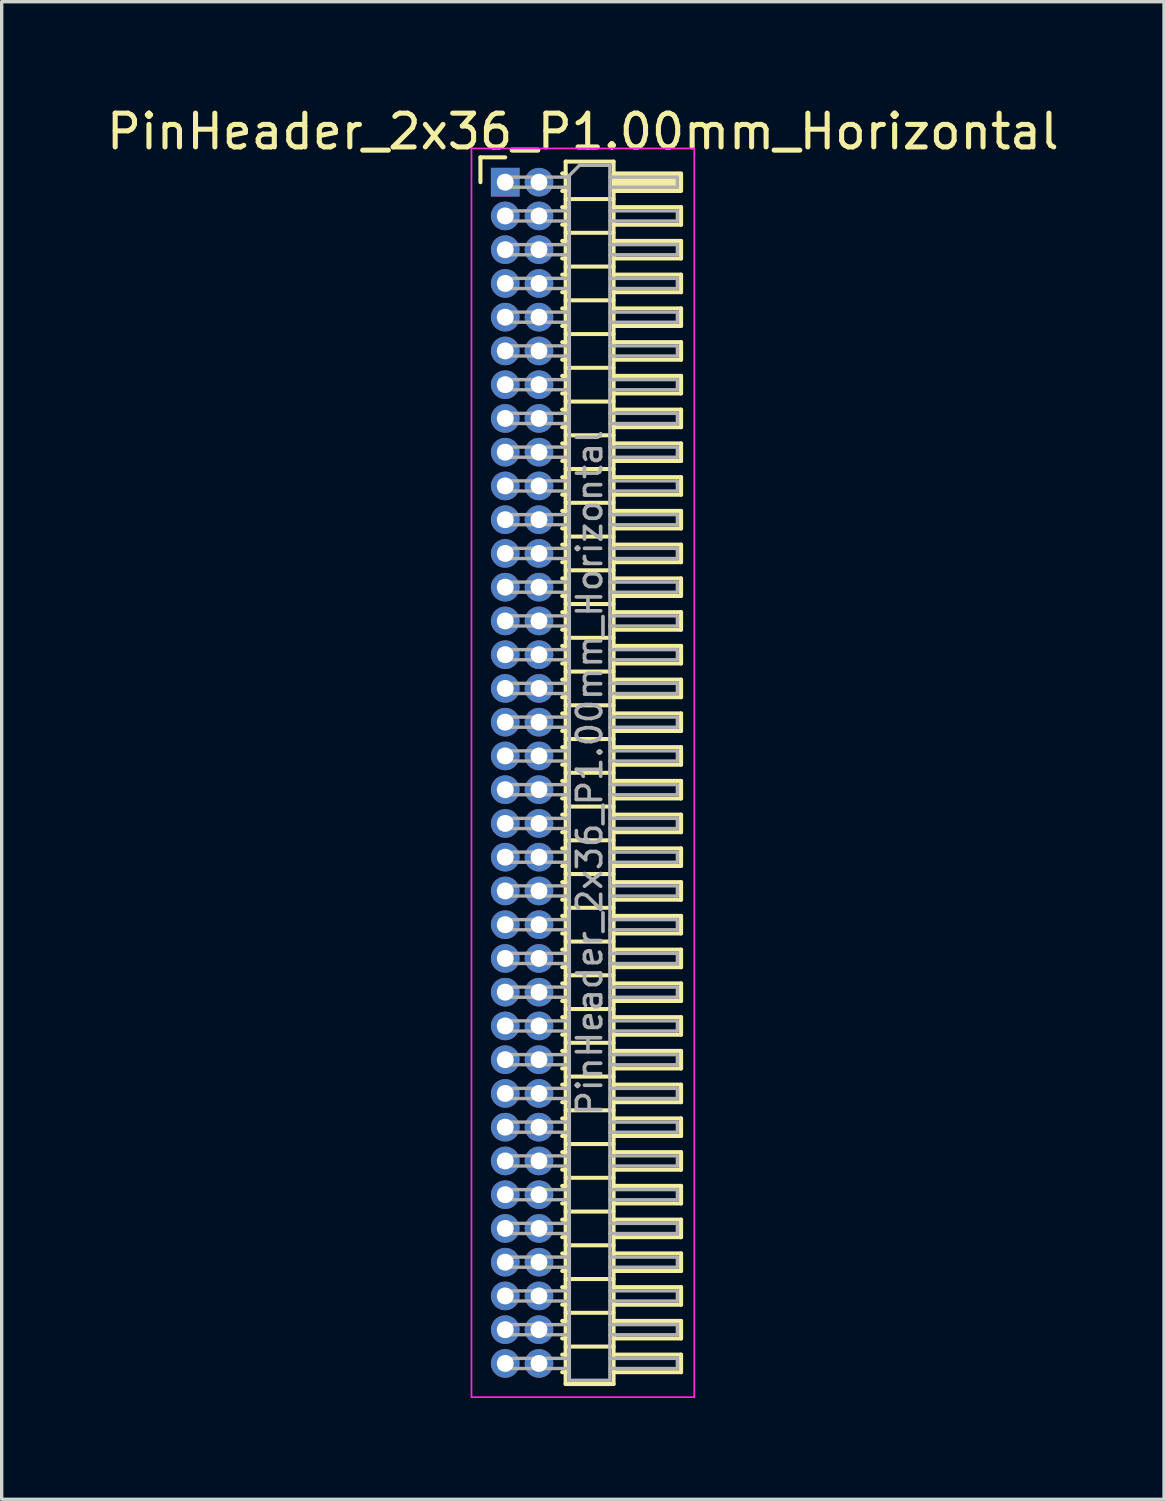
<source format=kicad_pcb>
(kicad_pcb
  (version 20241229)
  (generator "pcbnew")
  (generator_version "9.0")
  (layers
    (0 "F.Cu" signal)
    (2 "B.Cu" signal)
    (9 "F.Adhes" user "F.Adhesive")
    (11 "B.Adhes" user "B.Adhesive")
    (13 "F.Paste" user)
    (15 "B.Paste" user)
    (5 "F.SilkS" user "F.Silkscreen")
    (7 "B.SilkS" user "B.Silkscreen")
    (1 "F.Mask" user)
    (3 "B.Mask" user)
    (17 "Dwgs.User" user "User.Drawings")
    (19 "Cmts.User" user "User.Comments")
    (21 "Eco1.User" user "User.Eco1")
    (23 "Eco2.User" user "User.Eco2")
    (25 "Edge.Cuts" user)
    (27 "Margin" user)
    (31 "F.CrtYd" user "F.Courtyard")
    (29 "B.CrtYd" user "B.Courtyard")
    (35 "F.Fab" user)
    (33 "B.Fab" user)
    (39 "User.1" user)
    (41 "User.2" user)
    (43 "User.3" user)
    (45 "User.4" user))
  (footprint "PinHeader_2x36_P1.00mm_Horizontal"
    (layer "F.Cu")
    (at 11.92 2.348)
    (property "Reference" "PinHeader_2x36_P1.00mm_Horizontal" (at 2.3 -1.5 0) (layer "F.SilkS") (effects (font (size 1 1) (thickness 0.15))))
    (attr through_hole)
    (fp_line (start -0.735 -0.735) (end 0 -0.735) (stroke (width 0.12) (type solid)) (layer "F.SilkS"))
    (fp_line (start -0.735 0) (end -0.735 -0.735) (stroke (width 0.12) (type solid)) (layer "F.SilkS"))
    (fp_line (start 1.687 -0.26) (end 1.79 -0.26) (stroke (width 0.12) (type solid)) (layer "F.SilkS"))
    (fp_line (start 1.687 0.26) (end 1.79 0.26) (stroke (width 0.12) (type solid)) (layer "F.SilkS"))
    (fp_line (start 1.687 0.74) (end 1.79 0.74) (stroke (width 0.12) (type solid)) (layer "F.SilkS"))
    (fp_line (start 1.687 1.26) (end 1.79 1.26) (stroke (width 0.12) (type solid)) (layer "F.SilkS"))
    (fp_line (start 1.687 1.74) (end 1.79 1.74) (stroke (width 0.12) (type solid)) (layer "F.SilkS"))
    (fp_line (start 1.687 2.26) (end 1.79 2.26) (stroke (width 0.12) (type solid)) (layer "F.SilkS"))
    (fp_line (start 1.687 2.74) (end 1.79 2.74) (stroke (width 0.12) (type solid)) (layer "F.SilkS"))
    (fp_line (start 1.687 3.26) (end 1.79 3.26) (stroke (width 0.12) (type solid)) (layer "F.SilkS"))
    (fp_line (start 1.687 3.74) (end 1.79 3.74) (stroke (width 0.12) (type solid)) (layer "F.SilkS"))
    (fp_line (start 1.687 4.26) (end 1.79 4.26) (stroke (width 0.12) (type solid)) (layer "F.SilkS"))
    (fp_line (start 1.687 4.74) (end 1.79 4.74) (stroke (width 0.12) (type solid)) (layer "F.SilkS"))
    (fp_line (start 1.687 5.26) (end 1.79 5.26) (stroke (width 0.12) (type solid)) (layer "F.SilkS"))
    (fp_line (start 1.687 5.74) (end 1.79 5.74) (stroke (width 0.12) (type solid)) (layer "F.SilkS"))
    (fp_line (start 1.687 6.26) (end 1.79 6.26) (stroke (width 0.12) (type solid)) (layer "F.SilkS"))
    (fp_line (start 1.687 6.74) (end 1.79 6.74) (stroke (width 0.12) (type solid)) (layer "F.SilkS"))
    (fp_line (start 1.687 7.26) (end 1.79 7.26) (stroke (width 0.12) (type solid)) (layer "F.SilkS"))
    (fp_line (start 1.687 7.74) (end 1.79 7.74) (stroke (width 0.12) (type solid)) (layer "F.SilkS"))
    (fp_line (start 1.687 8.26) (end 1.79 8.26) (stroke (width 0.12) (type solid)) (layer "F.SilkS"))
    (fp_line (start 1.687 8.74) (end 1.79 8.74) (stroke (width 0.12) (type solid)) (layer "F.SilkS"))
    (fp_line (start 1.687 9.26) (end 1.79 9.26) (stroke (width 0.12) (type solid)) (layer "F.SilkS"))
    (fp_line (start 1.687 9.74) (end 1.79 9.74) (stroke (width 0.12) (type solid)) (layer "F.SilkS"))
    (fp_line (start 1.687 10.26) (end 1.79 10.26) (stroke (width 0.12) (type solid)) (layer "F.SilkS"))
    (fp_line (start 1.687 10.74) (end 1.79 10.74) (stroke (width 0.12) (type solid)) (layer "F.SilkS"))
    (fp_line (start 1.687 11.26) (end 1.79 11.26) (stroke (width 0.12) (type solid)) (layer "F.SilkS"))
    (fp_line (start 1.687 11.74) (end 1.79 11.74) (stroke (width 0.12) (type solid)) (layer "F.SilkS"))
    (fp_line (start 1.687 12.26) (end 1.79 12.26) (stroke (width 0.12) (type solid)) (layer "F.SilkS"))
    (fp_line (start 1.687 12.74) (end 1.79 12.74) (stroke (width 0.12) (type solid)) (layer "F.SilkS"))
    (fp_line (start 1.687 13.26) (end 1.79 13.26) (stroke (width 0.12) (type solid)) (layer "F.SilkS"))
    (fp_line (start 1.687 13.74) (end 1.79 13.74) (stroke (width 0.12) (type solid)) (layer "F.SilkS"))
    (fp_line (start 1.687 14.26) (end 1.79 14.26) (stroke (width 0.12) (type solid)) (layer "F.SilkS"))
    (fp_line (start 1.687 14.74) (end 1.79 14.74) (stroke (width 0.12) (type solid)) (layer "F.SilkS"))
    (fp_line (start 1.687 15.26) (end 1.79 15.26) (stroke (width 0.12) (type solid)) (layer "F.SilkS"))
    (fp_line (start 1.687 15.74) (end 1.79 15.74) (stroke (width 0.12) (type solid)) (layer "F.SilkS"))
    (fp_line (start 1.687 16.26) (end 1.79 16.26) (stroke (width 0.12) (type solid)) (layer "F.SilkS"))
    (fp_line (start 1.687 16.74) (end 1.79 16.74) (stroke (width 0.12) (type solid)) (layer "F.SilkS"))
    (fp_line (start 1.687 17.26) (end 1.79 17.26) (stroke (width 0.12) (type solid)) (layer "F.SilkS"))
    (fp_line (start 1.687 17.74) (end 1.79 17.74) (stroke (width 0.12) (type solid)) (layer "F.SilkS"))
    (fp_line (start 1.687 18.26) (end 1.79 18.26) (stroke (width 0.12) (type solid)) (layer "F.SilkS"))
    (fp_line (start 1.687 18.74) (end 1.79 18.74) (stroke (width 0.12) (type solid)) (layer "F.SilkS"))
    (fp_line (start 1.687 19.26) (end 1.79 19.26) (stroke (width 0.12) (type solid)) (layer "F.SilkS"))
    (fp_line (start 1.687 19.74) (end 1.79 19.74) (stroke (width 0.12) (type solid)) (layer "F.SilkS"))
    (fp_line (start 1.687 20.26) (end 1.79 20.26) (stroke (width 0.12) (type solid)) (layer "F.SilkS"))
    (fp_line (start 1.687 20.74) (end 1.79 20.74) (stroke (width 0.12) (type solid)) (layer "F.SilkS"))
    (fp_line (start 1.687 21.26) (end 1.79 21.26) (stroke (width 0.12) (type solid)) (layer "F.SilkS"))
    (fp_line (start 1.687 21.74) (end 1.79 21.74) (stroke (width 0.12) (type solid)) (layer "F.SilkS"))
    (fp_line (start 1.687 22.26) (end 1.79 22.26) (stroke (width 0.12) (type solid)) (layer "F.SilkS"))
    (fp_line (start 1.687 22.74) (end 1.79 22.74) (stroke (width 0.12) (type solid)) (layer "F.SilkS"))
    (fp_line (start 1.687 23.26) (end 1.79 23.26) (stroke (width 0.12) (type solid)) (layer "F.SilkS"))
    (fp_line (start 1.687 23.74) (end 1.79 23.74) (stroke (width 0.12) (type solid)) (layer "F.SilkS"))
    (fp_line (start 1.687 24.26) (end 1.79 24.26) (stroke (width 0.12) (type solid)) (layer "F.SilkS"))
    (fp_line (start 1.687 24.74) (end 1.79 24.74) (stroke (width 0.12) (type solid)) (layer "F.SilkS"))
    (fp_line (start 1.687 25.26) (end 1.79 25.26) (stroke (width 0.12) (type solid)) (layer "F.SilkS"))
    (fp_line (start 1.687 25.74) (end 1.79 25.74) (stroke (width 0.12) (type solid)) (layer "F.SilkS"))
    (fp_line (start 1.687 26.26) (end 1.79 26.26) (stroke (width 0.12) (type solid)) (layer "F.SilkS"))
    (fp_line (start 1.687 26.74) (end 1.79 26.74) (stroke (width 0.12) (type solid)) (layer "F.SilkS"))
    (fp_line (start 1.687 27.26) (end 1.79 27.26) (stroke (width 0.12) (type solid)) (layer "F.SilkS"))
    (fp_line (start 1.687 27.74) (end 1.79 27.74) (stroke (width 0.12) (type solid)) (layer "F.SilkS"))
    (fp_line (start 1.687 28.26) (end 1.79 28.26) (stroke (width 0.12) (type solid)) (layer "F.SilkS"))
    (fp_line (start 1.687 28.74) (end 1.79 28.74) (stroke (width 0.12) (type solid)) (layer "F.SilkS"))
    (fp_line (start 1.687 29.26) (end 1.79 29.26) (stroke (width 0.12) (type solid)) (layer "F.SilkS"))
    (fp_line (start 1.687 29.74) (end 1.79 29.74) (stroke (width 0.12) (type solid)) (layer "F.SilkS"))
    (fp_line (start 1.687 30.26) (end 1.79 30.26) (stroke (width 0.12) (type solid)) (layer "F.SilkS"))
    (fp_line (start 1.687 30.74) (end 1.79 30.74) (stroke (width 0.12) (type solid)) (layer "F.SilkS"))
    (fp_line (start 1.687 31.26) (end 1.79 31.26) (stroke (width 0.12) (type solid)) (layer "F.SilkS"))
    (fp_line (start 1.687 31.74) (end 1.79 31.74) (stroke (width 0.12) (type solid)) (layer "F.SilkS"))
    (fp_line (start 1.687 32.26) (end 1.79 32.26) (stroke (width 0.12) (type solid)) (layer "F.SilkS"))
    (fp_line (start 1.687 32.74) (end 1.79 32.74) (stroke (width 0.12) (type solid)) (layer "F.SilkS"))
    (fp_line (start 1.687 33.26) (end 1.79 33.26) (stroke (width 0.12) (type solid)) (layer "F.SilkS"))
    (fp_line (start 1.687 33.74) (end 1.79 33.74) (stroke (width 0.12) (type solid)) (layer "F.SilkS"))
    (fp_line (start 1.687 34.26) (end 1.79 34.26) (stroke (width 0.12) (type solid)) (layer "F.SilkS"))
    (fp_line (start 1.687 34.74) (end 1.79 34.74) (stroke (width 0.12) (type solid)) (layer "F.SilkS"))
    (fp_line (start 1.687 35.26) (end 1.79 35.26) (stroke (width 0.12) (type solid)) (layer "F.SilkS"))
    (fp_line (start 1.79 -0.61) (end 1.79 35.61) (stroke (width 0.12) (type solid)) (layer "F.SilkS"))
    (fp_line (start 1.79 0.5) (end 3.21 0.5) (stroke (width 0.12) (type solid)) (layer "F.SilkS"))
    (fp_line (start 1.79 1.5) (end 3.21 1.5) (stroke (width 0.12) (type solid)) (layer "F.SilkS"))
    (fp_line (start 1.79 2.5) (end 3.21 2.5) (stroke (width 0.12) (type solid)) (layer "F.SilkS"))
    (fp_line (start 1.79 3.5) (end 3.21 3.5) (stroke (width 0.12) (type solid)) (layer "F.SilkS"))
    (fp_line (start 1.79 4.5) (end 3.21 4.5) (stroke (width 0.12) (type solid)) (layer "F.SilkS"))
    (fp_line (start 1.79 5.5) (end 3.21 5.5) (stroke (width 0.12) (type solid)) (layer "F.SilkS"))
    (fp_line (start 1.79 6.5) (end 3.21 6.5) (stroke (width 0.12) (type solid)) (layer "F.SilkS"))
    (fp_line (start 1.79 7.5) (end 3.21 7.5) (stroke (width 0.12) (type solid)) (layer "F.SilkS"))
    (fp_line (start 1.79 8.5) (end 3.21 8.5) (stroke (width 0.12) (type solid)) (layer "F.SilkS"))
    (fp_line (start 1.79 9.5) (end 3.21 9.5) (stroke (width 0.12) (type solid)) (layer "F.SilkS"))
    (fp_line (start 1.79 10.5) (end 3.21 10.5) (stroke (width 0.12) (type solid)) (layer "F.SilkS"))
    (fp_line (start 1.79 11.5) (end 3.21 11.5) (stroke (width 0.12) (type solid)) (layer "F.SilkS"))
    (fp_line (start 1.79 12.5) (end 3.21 12.5) (stroke (width 0.12) (type solid)) (layer "F.SilkS"))
    (fp_line (start 1.79 13.5) (end 3.21 13.5) (stroke (width 0.12) (type solid)) (layer "F.SilkS"))
    (fp_line (start 1.79 14.5) (end 3.21 14.5) (stroke (width 0.12) (type solid)) (layer "F.SilkS"))
    (fp_line (start 1.79 15.5) (end 3.21 15.5) (stroke (width 0.12) (type solid)) (layer "F.SilkS"))
    (fp_line (start 1.79 16.5) (end 3.21 16.5) (stroke (width 0.12) (type solid)) (layer "F.SilkS"))
    (fp_line (start 1.79 17.5) (end 3.21 17.5) (stroke (width 0.12) (type solid)) (layer "F.SilkS"))
    (fp_line (start 1.79 18.5) (end 3.21 18.5) (stroke (width 0.12) (type solid)) (layer "F.SilkS"))
    (fp_line (start 1.79 19.5) (end 3.21 19.5) (stroke (width 0.12) (type solid)) (layer "F.SilkS"))
    (fp_line (start 1.79 20.5) (end 3.21 20.5) (stroke (width 0.12) (type solid)) (layer "F.SilkS"))
    (fp_line (start 1.79 21.5) (end 3.21 21.5) (stroke (width 0.12) (type solid)) (layer "F.SilkS"))
    (fp_line (start 1.79 22.5) (end 3.21 22.5) (stroke (width 0.12) (type solid)) (layer "F.SilkS"))
    (fp_line (start 1.79 23.5) (end 3.21 23.5) (stroke (width 0.12) (type solid)) (layer "F.SilkS"))
    (fp_line (start 1.79 24.5) (end 3.21 24.5) (stroke (width 0.12) (type solid)) (layer "F.SilkS"))
    (fp_line (start 1.79 25.5) (end 3.21 25.5) (stroke (width 0.12) (type solid)) (layer "F.SilkS"))
    (fp_line (start 1.79 26.5) (end 3.21 26.5) (stroke (width 0.12) (type solid)) (layer "F.SilkS"))
    (fp_line (start 1.79 27.5) (end 3.21 27.5) (stroke (width 0.12) (type solid)) (layer "F.SilkS"))
    (fp_line (start 1.79 28.5) (end 3.21 28.5) (stroke (width 0.12) (type solid)) (layer "F.SilkS"))
    (fp_line (start 1.79 29.5) (end 3.21 29.5) (stroke (width 0.12) (type solid)) (layer "F.SilkS"))
    (fp_line (start 1.79 30.5) (end 3.21 30.5) (stroke (width 0.12) (type solid)) (layer "F.SilkS"))
    (fp_line (start 1.79 31.5) (end 3.21 31.5) (stroke (width 0.12) (type solid)) (layer "F.SilkS"))
    (fp_line (start 1.79 32.5) (end 3.21 32.5) (stroke (width 0.12) (type solid)) (layer "F.SilkS"))
    (fp_line (start 1.79 33.5) (end 3.21 33.5) (stroke (width 0.12) (type solid)) (layer "F.SilkS"))
    (fp_line (start 1.79 34.5) (end 3.21 34.5) (stroke (width 0.12) (type solid)) (layer "F.SilkS"))
    (fp_line (start 1.79 35.61) (end 3.21 35.61) (stroke (width 0.12) (type solid)) (layer "F.SilkS"))
    (fp_line (start 3.21 -0.61) (end 1.79 -0.61) (stroke (width 0.12) (type solid)) (layer "F.SilkS"))
    (fp_line (start 3.21 0.74) (end 5.21 0.74) (stroke (width 0.12) (type solid)) (layer "F.SilkS"))
    (fp_line (start 3.21 1.74) (end 5.21 1.74) (stroke (width 0.12) (type solid)) (layer "F.SilkS"))
    (fp_line (start 3.21 2.74) (end 5.21 2.74) (stroke (width 0.12) (type solid)) (layer "F.SilkS"))
    (fp_line (start 3.21 3.74) (end 5.21 3.74) (stroke (width 0.12) (type solid)) (layer "F.SilkS"))
    (fp_line (start 3.21 4.74) (end 5.21 4.74) (stroke (width 0.12) (type solid)) (layer "F.SilkS"))
    (fp_line (start 3.21 5.74) (end 5.21 5.74) (stroke (width 0.12) (type solid)) (layer "F.SilkS"))
    (fp_line (start 3.21 6.74) (end 5.21 6.74) (stroke (width 0.12) (type solid)) (layer "F.SilkS"))
    (fp_line (start 3.21 7.74) (end 5.21 7.74) (stroke (width 0.12) (type solid)) (layer "F.SilkS"))
    (fp_line (start 3.21 8.74) (end 5.21 8.74) (stroke (width 0.12) (type solid)) (layer "F.SilkS"))
    (fp_line (start 3.21 9.74) (end 5.21 9.74) (stroke (width 0.12) (type solid)) (layer "F.SilkS"))
    (fp_line (start 3.21 10.74) (end 5.21 10.74) (stroke (width 0.12) (type solid)) (layer "F.SilkS"))
    (fp_line (start 3.21 11.74) (end 5.21 11.74) (stroke (width 0.12) (type solid)) (layer "F.SilkS"))
    (fp_line (start 3.21 12.74) (end 5.21 12.74) (stroke (width 0.12) (type solid)) (layer "F.SilkS"))
    (fp_line (start 3.21 13.74) (end 5.21 13.74) (stroke (width 0.12) (type solid)) (layer "F.SilkS"))
    (fp_line (start 3.21 14.74) (end 5.21 14.74) (stroke (width 0.12) (type solid)) (layer "F.SilkS"))
    (fp_line (start 3.21 15.74) (end 5.21 15.74) (stroke (width 0.12) (type solid)) (layer "F.SilkS"))
    (fp_line (start 3.21 16.74) (end 5.21 16.74) (stroke (width 0.12) (type solid)) (layer "F.SilkS"))
    (fp_line (start 3.21 17.74) (end 5.21 17.74) (stroke (width 0.12) (type solid)) (layer "F.SilkS"))
    (fp_line (start 3.21 18.74) (end 5.21 18.74) (stroke (width 0.12) (type solid)) (layer "F.SilkS"))
    (fp_line (start 3.21 19.74) (end 5.21 19.74) (stroke (width 0.12) (type solid)) (layer "F.SilkS"))
    (fp_line (start 3.21 20.74) (end 5.21 20.74) (stroke (width 0.12) (type solid)) (layer "F.SilkS"))
    (fp_line (start 3.21 21.74) (end 5.21 21.74) (stroke (width 0.12) (type solid)) (layer "F.SilkS"))
    (fp_line (start 3.21 22.74) (end 5.21 22.74) (stroke (width 0.12) (type solid)) (layer "F.SilkS"))
    (fp_line (start 3.21 23.74) (end 5.21 23.74) (stroke (width 0.12) (type solid)) (layer "F.SilkS"))
    (fp_line (start 3.21 24.74) (end 5.21 24.74) (stroke (width 0.12) (type solid)) (layer "F.SilkS"))
    (fp_line (start 3.21 25.74) (end 5.21 25.74) (stroke (width 0.12) (type solid)) (layer "F.SilkS"))
    (fp_line (start 3.21 26.74) (end 5.21 26.74) (stroke (width 0.12) (type solid)) (layer "F.SilkS"))
    (fp_line (start 3.21 27.74) (end 5.21 27.74) (stroke (width 0.12) (type solid)) (layer "F.SilkS"))
    (fp_line (start 3.21 28.74) (end 5.21 28.74) (stroke (width 0.12) (type solid)) (layer "F.SilkS"))
    (fp_line (start 3.21 29.74) (end 5.21 29.74) (stroke (width 0.12) (type solid)) (layer "F.SilkS"))
    (fp_line (start 3.21 30.74) (end 5.21 30.74) (stroke (width 0.12) (type solid)) (layer "F.SilkS"))
    (fp_line (start 3.21 31.74) (end 5.21 31.74) (stroke (width 0.12) (type solid)) (layer "F.SilkS"))
    (fp_line (start 3.21 32.74) (end 5.21 32.74) (stroke (width 0.12) (type solid)) (layer "F.SilkS"))
    (fp_line (start 3.21 33.74) (end 5.21 33.74) (stroke (width 0.12) (type solid)) (layer "F.SilkS"))
    (fp_line (start 3.21 34.74) (end 5.21 34.74) (stroke (width 0.12) (type solid)) (layer "F.SilkS"))
    (fp_line (start 3.21 35.61) (end 3.21 -0.61) (stroke (width 0.12) (type solid)) (layer "F.SilkS"))
    (fp_line (start 5.21 0.74) (end 5.21 1.26) (stroke (width 0.12) (type solid)) (layer "F.SilkS"))
    (fp_line (start 5.21 1.26) (end 3.21 1.26) (stroke (width 0.12) (type solid)) (layer "F.SilkS"))
    (fp_line (start 5.21 1.74) (end 5.21 2.26) (stroke (width 0.12) (type solid)) (layer "F.SilkS"))
    (fp_line (start 5.21 2.26) (end 3.21 2.26) (stroke (width 0.12) (type solid)) (layer "F.SilkS"))
    (fp_line (start 5.21 2.74) (end 5.21 3.26) (stroke (width 0.12) (type solid)) (layer "F.SilkS"))
    (fp_line (start 5.21 3.26) (end 3.21 3.26) (stroke (width 0.12) (type solid)) (layer "F.SilkS"))
    (fp_line (start 5.21 3.74) (end 5.21 4.26) (stroke (width 0.12) (type solid)) (layer "F.SilkS"))
    (fp_line (start 5.21 4.26) (end 3.21 4.26) (stroke (width 0.12) (type solid)) (layer "F.SilkS"))
    (fp_line (start 5.21 4.74) (end 5.21 5.26) (stroke (width 0.12) (type solid)) (layer "F.SilkS"))
    (fp_line (start 5.21 5.26) (end 3.21 5.26) (stroke (width 0.12) (type solid)) (layer "F.SilkS"))
    (fp_line (start 5.21 5.74) (end 5.21 6.26) (stroke (width 0.12) (type solid)) (layer "F.SilkS"))
    (fp_line (start 5.21 6.26) (end 3.21 6.26) (stroke (width 0.12) (type solid)) (layer "F.SilkS"))
    (fp_line (start 5.21 6.74) (end 5.21 7.26) (stroke (width 0.12) (type solid)) (layer "F.SilkS"))
    (fp_line (start 5.21 7.26) (end 3.21 7.26) (stroke (width 0.12) (type solid)) (layer "F.SilkS"))
    (fp_line (start 5.21 7.74) (end 5.21 8.26) (stroke (width 0.12) (type solid)) (layer "F.SilkS"))
    (fp_line (start 5.21 8.26) (end 3.21 8.26) (stroke (width 0.12) (type solid)) (layer "F.SilkS"))
    (fp_line (start 5.21 8.74) (end 5.21 9.26) (stroke (width 0.12) (type solid)) (layer "F.SilkS"))
    (fp_line (start 5.21 9.26) (end 3.21 9.26) (stroke (width 0.12) (type solid)) (layer "F.SilkS"))
    (fp_line (start 5.21 9.74) (end 5.21 10.26) (stroke (width 0.12) (type solid)) (layer "F.SilkS"))
    (fp_line (start 5.21 10.26) (end 3.21 10.26) (stroke (width 0.12) (type solid)) (layer "F.SilkS"))
    (fp_line (start 5.21 10.74) (end 5.21 11.26) (stroke (width 0.12) (type solid)) (layer "F.SilkS"))
    (fp_line (start 5.21 11.26) (end 3.21 11.26) (stroke (width 0.12) (type solid)) (layer "F.SilkS"))
    (fp_line (start 5.21 11.74) (end 5.21 12.26) (stroke (width 0.12) (type solid)) (layer "F.SilkS"))
    (fp_line (start 5.21 12.26) (end 3.21 12.26) (stroke (width 0.12) (type solid)) (layer "F.SilkS"))
    (fp_line (start 5.21 12.74) (end 5.21 13.26) (stroke (width 0.12) (type solid)) (layer "F.SilkS"))
    (fp_line (start 5.21 13.26) (end 3.21 13.26) (stroke (width 0.12) (type solid)) (layer "F.SilkS"))
    (fp_line (start 5.21 13.74) (end 5.21 14.26) (stroke (width 0.12) (type solid)) (layer "F.SilkS"))
    (fp_line (start 5.21 14.26) (end 3.21 14.26) (stroke (width 0.12) (type solid)) (layer "F.SilkS"))
    (fp_line (start 5.21 14.74) (end 5.21 15.26) (stroke (width 0.12) (type solid)) (layer "F.SilkS"))
    (fp_line (start 5.21 15.26) (end 3.21 15.26) (stroke (width 0.12) (type solid)) (layer "F.SilkS"))
    (fp_line (start 5.21 15.74) (end 5.21 16.26) (stroke (width 0.12) (type solid)) (layer "F.SilkS"))
    (fp_line (start 5.21 16.26) (end 3.21 16.26) (stroke (width 0.12) (type solid)) (layer "F.SilkS"))
    (fp_line (start 5.21 16.74) (end 5.21 17.26) (stroke (width 0.12) (type solid)) (layer "F.SilkS"))
    (fp_line (start 5.21 17.26) (end 3.21 17.26) (stroke (width 0.12) (type solid)) (layer "F.SilkS"))
    (fp_line (start 5.21 17.74) (end 5.21 18.26) (stroke (width 0.12) (type solid)) (layer "F.SilkS"))
    (fp_line (start 5.21 18.26) (end 3.21 18.26) (stroke (width 0.12) (type solid)) (layer "F.SilkS"))
    (fp_line (start 5.21 18.74) (end 5.21 19.26) (stroke (width 0.12) (type solid)) (layer "F.SilkS"))
    (fp_line (start 5.21 19.26) (end 3.21 19.26) (stroke (width 0.12) (type solid)) (layer "F.SilkS"))
    (fp_line (start 5.21 19.74) (end 5.21 20.26) (stroke (width 0.12) (type solid)) (layer "F.SilkS"))
    (fp_line (start 5.21 20.26) (end 3.21 20.26) (stroke (width 0.12) (type solid)) (layer "F.SilkS"))
    (fp_line (start 5.21 20.74) (end 5.21 21.26) (stroke (width 0.12) (type solid)) (layer "F.SilkS"))
    (fp_line (start 5.21 21.26) (end 3.21 21.26) (stroke (width 0.12) (type solid)) (layer "F.SilkS"))
    (fp_line (start 5.21 21.74) (end 5.21 22.26) (stroke (width 0.12) (type solid)) (layer "F.SilkS"))
    (fp_line (start 5.21 22.26) (end 3.21 22.26) (stroke (width 0.12) (type solid)) (layer "F.SilkS"))
    (fp_line (start 5.21 22.74) (end 5.21 23.26) (stroke (width 0.12) (type solid)) (layer "F.SilkS"))
    (fp_line (start 5.21 23.26) (end 3.21 23.26) (stroke (width 0.12) (type solid)) (layer "F.SilkS"))
    (fp_line (start 5.21 23.74) (end 5.21 24.26) (stroke (width 0.12) (type solid)) (layer "F.SilkS"))
    (fp_line (start 5.21 24.26) (end 3.21 24.26) (stroke (width 0.12) (type solid)) (layer "F.SilkS"))
    (fp_line (start 5.21 24.74) (end 5.21 25.26) (stroke (width 0.12) (type solid)) (layer "F.SilkS"))
    (fp_line (start 5.21 25.26) (end 3.21 25.26) (stroke (width 0.12) (type solid)) (layer "F.SilkS"))
    (fp_line (start 5.21 25.74) (end 5.21 26.26) (stroke (width 0.12) (type solid)) (layer "F.SilkS"))
    (fp_line (start 5.21 26.26) (end 3.21 26.26) (stroke (width 0.12) (type solid)) (layer "F.SilkS"))
    (fp_line (start 5.21 26.74) (end 5.21 27.26) (stroke (width 0.12) (type solid)) (layer "F.SilkS"))
    (fp_line (start 5.21 27.26) (end 3.21 27.26) (stroke (width 0.12) (type solid)) (layer "F.SilkS"))
    (fp_line (start 5.21 27.74) (end 5.21 28.26) (stroke (width 0.12) (type solid)) (layer "F.SilkS"))
    (fp_line (start 5.21 28.26) (end 3.21 28.26) (stroke (width 0.12) (type solid)) (layer "F.SilkS"))
    (fp_line (start 5.21 28.74) (end 5.21 29.26) (stroke (width 0.12) (type solid)) (layer "F.SilkS"))
    (fp_line (start 5.21 29.26) (end 3.21 29.26) (stroke (width 0.12) (type solid)) (layer "F.SilkS"))
    (fp_line (start 5.21 29.74) (end 5.21 30.26) (stroke (width 0.12) (type solid)) (layer "F.SilkS"))
    (fp_line (start 5.21 30.26) (end 3.21 30.26) (stroke (width 0.12) (type solid)) (layer "F.SilkS"))
    (fp_line (start 5.21 30.74) (end 5.21 31.26) (stroke (width 0.12) (type solid)) (layer "F.SilkS"))
    (fp_line (start 5.21 31.26) (end 3.21 31.26) (stroke (width 0.12) (type solid)) (layer "F.SilkS"))
    (fp_line (start 5.21 31.74) (end 5.21 32.26) (stroke (width 0.12) (type solid)) (layer "F.SilkS"))
    (fp_line (start 5.21 32.26) (end 3.21 32.26) (stroke (width 0.12) (type solid)) (layer "F.SilkS"))
    (fp_line (start 5.21 32.74) (end 5.21 33.26) (stroke (width 0.12) (type solid)) (layer "F.SilkS"))
    (fp_line (start 5.21 33.26) (end 3.21 33.26) (stroke (width 0.12) (type solid)) (layer "F.SilkS"))
    (fp_line (start 5.21 33.74) (end 5.21 34.26) (stroke (width 0.12) (type solid)) (layer "F.SilkS"))
    (fp_line (start 5.21 34.26) (end 3.21 34.26) (stroke (width 0.12) (type solid)) (layer "F.SilkS"))
    (fp_line (start 5.21 34.74) (end 5.21 35.26) (stroke (width 0.12) (type solid)) (layer "F.SilkS"))
    (fp_line (start 5.21 35.26) (end 3.21 35.26) (stroke (width 0.12) (type solid)) (layer "F.SilkS"))
    (fp_rect (start 3.21 -0.26) (end 5.21 0.26) (stroke (width 0.12) (type solid)) (fill yes) (layer "F.SilkS"))
    (fp_line (start -1 -1) (end -1 36) (stroke (width 0.05) (type solid)) (layer "F.CrtYd"))
    (fp_line (start -1 36) (end 5.6 36) (stroke (width 0.05) (type solid)) (layer "F.CrtYd"))
    (fp_line (start 5.6 -1) (end -1 -1) (stroke (width 0.05) (type solid)) (layer "F.CrtYd"))
    (fp_line (start 5.6 36) (end 5.6 -1) (stroke (width 0.05) (type solid)) (layer "F.CrtYd"))
    (fp_line (start -0.15 -0.15) (end -0.15 0.15) (stroke (width 0.1) (type solid)) (layer "F.Fab"))
    (fp_line (start -0.15 -0.15) (end 1.9 -0.15) (stroke (width 0.1) (type solid)) (layer "F.Fab"))
    (fp_line (start -0.15 0.15) (end 1.9 0.15) (stroke (width 0.1) (type solid)) (layer "F.Fab"))
    (fp_line (start -0.15 0.85) (end -0.15 1.15) (stroke (width 0.1) (type solid)) (layer "F.Fab"))
    (fp_line (start -0.15 0.85) (end 1.9 0.85) (stroke (width 0.1) (type solid)) (layer "F.Fab"))
    (fp_line (start -0.15 1.15) (end 1.9 1.15) (stroke (width 0.1) (type solid)) (layer "F.Fab"))
    (fp_line (start -0.15 1.85) (end -0.15 2.15) (stroke (width 0.1) (type solid)) (layer "F.Fab"))
    (fp_line (start -0.15 1.85) (end 1.9 1.85) (stroke (width 0.1) (type solid)) (layer "F.Fab"))
    (fp_line (start -0.15 2.15) (end 1.9 2.15) (stroke (width 0.1) (type solid)) (layer "F.Fab"))
    (fp_line (start -0.15 2.85) (end -0.15 3.15) (stroke (width 0.1) (type solid)) (layer "F.Fab"))
    (fp_line (start -0.15 2.85) (end 1.9 2.85) (stroke (width 0.1) (type solid)) (layer "F.Fab"))
    (fp_line (start -0.15 3.15) (end 1.9 3.15) (stroke (width 0.1) (type solid)) (layer "F.Fab"))
    (fp_line (start -0.15 3.85) (end -0.15 4.15) (stroke (width 0.1) (type solid)) (layer "F.Fab"))
    (fp_line (start -0.15 3.85) (end 1.9 3.85) (stroke (width 0.1) (type solid)) (layer "F.Fab"))
    (fp_line (start -0.15 4.15) (end 1.9 4.15) (stroke (width 0.1) (type solid)) (layer "F.Fab"))
    (fp_line (start -0.15 4.85) (end -0.15 5.15) (stroke (width 0.1) (type solid)) (layer "F.Fab"))
    (fp_line (start -0.15 4.85) (end 1.9 4.85) (stroke (width 0.1) (type solid)) (layer "F.Fab"))
    (fp_line (start -0.15 5.15) (end 1.9 5.15) (stroke (width 0.1) (type solid)) (layer "F.Fab"))
    (fp_line (start -0.15 5.85) (end -0.15 6.15) (stroke (width 0.1) (type solid)) (layer "F.Fab"))
    (fp_line (start -0.15 5.85) (end 1.9 5.85) (stroke (width 0.1) (type solid)) (layer "F.Fab"))
    (fp_line (start -0.15 6.15) (end 1.9 6.15) (stroke (width 0.1) (type solid)) (layer "F.Fab"))
    (fp_line (start -0.15 6.85) (end -0.15 7.15) (stroke (width 0.1) (type solid)) (layer "F.Fab"))
    (fp_line (start -0.15 6.85) (end 1.9 6.85) (stroke (width 0.1) (type solid)) (layer "F.Fab"))
    (fp_line (start -0.15 7.15) (end 1.9 7.15) (stroke (width 0.1) (type solid)) (layer "F.Fab"))
    (fp_line (start -0.15 7.85) (end -0.15 8.15) (stroke (width 0.1) (type solid)) (layer "F.Fab"))
    (fp_line (start -0.15 7.85) (end 1.9 7.85) (stroke (width 0.1) (type solid)) (layer "F.Fab"))
    (fp_line (start -0.15 8.15) (end 1.9 8.15) (stroke (width 0.1) (type solid)) (layer "F.Fab"))
    (fp_line (start -0.15 8.85) (end -0.15 9.15) (stroke (width 0.1) (type solid)) (layer "F.Fab"))
    (fp_line (start -0.15 8.85) (end 1.9 8.85) (stroke (width 0.1) (type solid)) (layer "F.Fab"))
    (fp_line (start -0.15 9.15) (end 1.9 9.15) (stroke (width 0.1) (type solid)) (layer "F.Fab"))
    (fp_line (start -0.15 9.85) (end -0.15 10.15) (stroke (width 0.1) (type solid)) (layer "F.Fab"))
    (fp_line (start -0.15 9.85) (end 1.9 9.85) (stroke (width 0.1) (type solid)) (layer "F.Fab"))
    (fp_line (start -0.15 10.15) (end 1.9 10.15) (stroke (width 0.1) (type solid)) (layer "F.Fab"))
    (fp_line (start -0.15 10.85) (end -0.15 11.15) (stroke (width 0.1) (type solid)) (layer "F.Fab"))
    (fp_line (start -0.15 10.85) (end 1.9 10.85) (stroke (width 0.1) (type solid)) (layer "F.Fab"))
    (fp_line (start -0.15 11.15) (end 1.9 11.15) (stroke (width 0.1) (type solid)) (layer "F.Fab"))
    (fp_line (start -0.15 11.85) (end -0.15 12.15) (stroke (width 0.1) (type solid)) (layer "F.Fab"))
    (fp_line (start -0.15 11.85) (end 1.9 11.85) (stroke (width 0.1) (type solid)) (layer "F.Fab"))
    (fp_line (start -0.15 12.15) (end 1.9 12.15) (stroke (width 0.1) (type solid)) (layer "F.Fab"))
    (fp_line (start -0.15 12.85) (end -0.15 13.15) (stroke (width 0.1) (type solid)) (layer "F.Fab"))
    (fp_line (start -0.15 12.85) (end 1.9 12.85) (stroke (width 0.1) (type solid)) (layer "F.Fab"))
    (fp_line (start -0.15 13.15) (end 1.9 13.15) (stroke (width 0.1) (type solid)) (layer "F.Fab"))
    (fp_line (start -0.15 13.85) (end -0.15 14.15) (stroke (width 0.1) (type solid)) (layer "F.Fab"))
    (fp_line (start -0.15 13.85) (end 1.9 13.85) (stroke (width 0.1) (type solid)) (layer "F.Fab"))
    (fp_line (start -0.15 14.15) (end 1.9 14.15) (stroke (width 0.1) (type solid)) (layer "F.Fab"))
    (fp_line (start -0.15 14.85) (end -0.15 15.15) (stroke (width 0.1) (type solid)) (layer "F.Fab"))
    (fp_line (start -0.15 14.85) (end 1.9 14.85) (stroke (width 0.1) (type solid)) (layer "F.Fab"))
    (fp_line (start -0.15 15.15) (end 1.9 15.15) (stroke (width 0.1) (type solid)) (layer "F.Fab"))
    (fp_line (start -0.15 15.85) (end -0.15 16.15) (stroke (width 0.1) (type solid)) (layer "F.Fab"))
    (fp_line (start -0.15 15.85) (end 1.9 15.85) (stroke (width 0.1) (type solid)) (layer "F.Fab"))
    (fp_line (start -0.15 16.15) (end 1.9 16.15) (stroke (width 0.1) (type solid)) (layer "F.Fab"))
    (fp_line (start -0.15 16.85) (end -0.15 17.15) (stroke (width 0.1) (type solid)) (layer "F.Fab"))
    (fp_line (start -0.15 16.85) (end 1.9 16.85) (stroke (width 0.1) (type solid)) (layer "F.Fab"))
    (fp_line (start -0.15 17.15) (end 1.9 17.15) (stroke (width 0.1) (type solid)) (layer "F.Fab"))
    (fp_line (start -0.15 17.85) (end -0.15 18.15) (stroke (width 0.1) (type solid)) (layer "F.Fab"))
    (fp_line (start -0.15 17.85) (end 1.9 17.85) (stroke (width 0.1) (type solid)) (layer "F.Fab"))
    (fp_line (start -0.15 18.15) (end 1.9 18.15) (stroke (width 0.1) (type solid)) (layer "F.Fab"))
    (fp_line (start -0.15 18.85) (end -0.15 19.15) (stroke (width 0.1) (type solid)) (layer "F.Fab"))
    (fp_line (start -0.15 18.85) (end 1.9 18.85) (stroke (width 0.1) (type solid)) (layer "F.Fab"))
    (fp_line (start -0.15 19.15) (end 1.9 19.15) (stroke (width 0.1) (type solid)) (layer "F.Fab"))
    (fp_line (start -0.15 19.85) (end -0.15 20.15) (stroke (width 0.1) (type solid)) (layer "F.Fab"))
    (fp_line (start -0.15 19.85) (end 1.9 19.85) (stroke (width 0.1) (type solid)) (layer "F.Fab"))
    (fp_line (start -0.15 20.15) (end 1.9 20.15) (stroke (width 0.1) (type solid)) (layer "F.Fab"))
    (fp_line (start -0.15 20.85) (end -0.15 21.15) (stroke (width 0.1) (type solid)) (layer "F.Fab"))
    (fp_line (start -0.15 20.85) (end 1.9 20.85) (stroke (width 0.1) (type solid)) (layer "F.Fab"))
    (fp_line (start -0.15 21.15) (end 1.9 21.15) (stroke (width 0.1) (type solid)) (layer "F.Fab"))
    (fp_line (start -0.15 21.85) (end -0.15 22.15) (stroke (width 0.1) (type solid)) (layer "F.Fab"))
    (fp_line (start -0.15 21.85) (end 1.9 21.85) (stroke (width 0.1) (type solid)) (layer "F.Fab"))
    (fp_line (start -0.15 22.15) (end 1.9 22.15) (stroke (width 0.1) (type solid)) (layer "F.Fab"))
    (fp_line (start -0.15 22.85) (end -0.15 23.15) (stroke (width 0.1) (type solid)) (layer "F.Fab"))
    (fp_line (start -0.15 22.85) (end 1.9 22.85) (stroke (width 0.1) (type solid)) (layer "F.Fab"))
    (fp_line (start -0.15 23.15) (end 1.9 23.15) (stroke (width 0.1) (type solid)) (layer "F.Fab"))
    (fp_line (start -0.15 23.85) (end -0.15 24.15) (stroke (width 0.1) (type solid)) (layer "F.Fab"))
    (fp_line (start -0.15 23.85) (end 1.9 23.85) (stroke (width 0.1) (type solid)) (layer "F.Fab"))
    (fp_line (start -0.15 24.15) (end 1.9 24.15) (stroke (width 0.1) (type solid)) (layer "F.Fab"))
    (fp_line (start -0.15 24.85) (end -0.15 25.15) (stroke (width 0.1) (type solid)) (layer "F.Fab"))
    (fp_line (start -0.15 24.85) (end 1.9 24.85) (stroke (width 0.1) (type solid)) (layer "F.Fab"))
    (fp_line (start -0.15 25.15) (end 1.9 25.15) (stroke (width 0.1) (type solid)) (layer "F.Fab"))
    (fp_line (start -0.15 25.85) (end -0.15 26.15) (stroke (width 0.1) (type solid)) (layer "F.Fab"))
    (fp_line (start -0.15 25.85) (end 1.9 25.85) (stroke (width 0.1) (type solid)) (layer "F.Fab"))
    (fp_line (start -0.15 26.15) (end 1.9 26.15) (stroke (width 0.1) (type solid)) (layer "F.Fab"))
    (fp_line (start -0.15 26.85) (end -0.15 27.15) (stroke (width 0.1) (type solid)) (layer "F.Fab"))
    (fp_line (start -0.15 26.85) (end 1.9 26.85) (stroke (width 0.1) (type solid)) (layer "F.Fab"))
    (fp_line (start -0.15 27.15) (end 1.9 27.15) (stroke (width 0.1) (type solid)) (layer "F.Fab"))
    (fp_line (start -0.15 27.85) (end -0.15 28.15) (stroke (width 0.1) (type solid)) (layer "F.Fab"))
    (fp_line (start -0.15 27.85) (end 1.9 27.85) (stroke (width 0.1) (type solid)) (layer "F.Fab"))
    (fp_line (start -0.15 28.15) (end 1.9 28.15) (stroke (width 0.1) (type solid)) (layer "F.Fab"))
    (fp_line (start -0.15 28.85) (end -0.15 29.15) (stroke (width 0.1) (type solid)) (layer "F.Fab"))
    (fp_line (start -0.15 28.85) (end 1.9 28.85) (stroke (width 0.1) (type solid)) (layer "F.Fab"))
    (fp_line (start -0.15 29.15) (end 1.9 29.15) (stroke (width 0.1) (type solid)) (layer "F.Fab"))
    (fp_line (start -0.15 29.85) (end -0.15 30.15) (stroke (width 0.1) (type solid)) (layer "F.Fab"))
    (fp_line (start -0.15 29.85) (end 1.9 29.85) (stroke (width 0.1) (type solid)) (layer "F.Fab"))
    (fp_line (start -0.15 30.15) (end 1.9 30.15) (stroke (width 0.1) (type solid)) (layer "F.Fab"))
    (fp_line (start -0.15 30.85) (end -0.15 31.15) (stroke (width 0.1) (type solid)) (layer "F.Fab"))
    (fp_line (start -0.15 30.85) (end 1.9 30.85) (stroke (width 0.1) (type solid)) (layer "F.Fab"))
    (fp_line (start -0.15 31.15) (end 1.9 31.15) (stroke (width 0.1) (type solid)) (layer "F.Fab"))
    (fp_line (start -0.15 31.85) (end -0.15 32.15) (stroke (width 0.1) (type solid)) (layer "F.Fab"))
    (fp_line (start -0.15 31.85) (end 1.9 31.85) (stroke (width 0.1) (type solid)) (layer "F.Fab"))
    (fp_line (start -0.15 32.15) (end 1.9 32.15) (stroke (width 0.1) (type solid)) (layer "F.Fab"))
    (fp_line (start -0.15 32.85) (end -0.15 33.15) (stroke (width 0.1) (type solid)) (layer "F.Fab"))
    (fp_line (start -0.15 32.85) (end 1.9 32.85) (stroke (width 0.1) (type solid)) (layer "F.Fab"))
    (fp_line (start -0.15 33.15) (end 1.9 33.15) (stroke (width 0.1) (type solid)) (layer "F.Fab"))
    (fp_line (start -0.15 33.85) (end -0.15 34.15) (stroke (width 0.1) (type solid)) (layer "F.Fab"))
    (fp_line (start -0.15 33.85) (end 1.9 33.85) (stroke (width 0.1) (type solid)) (layer "F.Fab"))
    (fp_line (start -0.15 34.15) (end 1.9 34.15) (stroke (width 0.1) (type solid)) (layer "F.Fab"))
    (fp_line (start -0.15 34.85) (end -0.15 35.15) (stroke (width 0.1) (type solid)) (layer "F.Fab"))
    (fp_line (start -0.15 34.85) (end 1.9 34.85) (stroke (width 0.1) (type solid)) (layer "F.Fab"))
    (fp_line (start -0.15 35.15) (end 1.9 35.15) (stroke (width 0.1) (type solid)) (layer "F.Fab"))
    (fp_line (start 1.9 -0.2) (end 2.2 -0.5) (stroke (width 0.1) (type solid)) (layer "F.Fab"))
    (fp_line (start 1.9 35.5) (end 1.9 -0.2) (stroke (width 0.1) (type solid)) (layer "F.Fab"))
    (fp_line (start 2.2 -0.5) (end 3.1 -0.5) (stroke (width 0.1) (type solid)) (layer "F.Fab"))
    (fp_line (start 3.1 -0.5) (end 3.1 35.5) (stroke (width 0.1) (type solid)) (layer "F.Fab"))
    (fp_line (start 3.1 -0.15) (end 5.1 -0.15) (stroke (width 0.1) (type solid)) (layer "F.Fab"))
    (fp_line (start 3.1 0.15) (end 5.1 0.15) (stroke (width 0.1) (type solid)) (layer "F.Fab"))
    (fp_line (start 3.1 0.85) (end 5.1 0.85) (stroke (width 0.1) (type solid)) (layer "F.Fab"))
    (fp_line (start 3.1 1.15) (end 5.1 1.15) (stroke (width 0.1) (type solid)) (layer "F.Fab"))
    (fp_line (start 3.1 1.85) (end 5.1 1.85) (stroke (width 0.1) (type solid)) (layer "F.Fab"))
    (fp_line (start 3.1 2.15) (end 5.1 2.15) (stroke (width 0.1) (type solid)) (layer "F.Fab"))
    (fp_line (start 3.1 2.85) (end 5.1 2.85) (stroke (width 0.1) (type solid)) (layer "F.Fab"))
    (fp_line (start 3.1 3.15) (end 5.1 3.15) (stroke (width 0.1) (type solid)) (layer "F.Fab"))
    (fp_line (start 3.1 3.85) (end 5.1 3.85) (stroke (width 0.1) (type solid)) (layer "F.Fab"))
    (fp_line (start 3.1 4.15) (end 5.1 4.15) (stroke (width 0.1) (type solid)) (layer "F.Fab"))
    (fp_line (start 3.1 4.85) (end 5.1 4.85) (stroke (width 0.1) (type solid)) (layer "F.Fab"))
    (fp_line (start 3.1 5.15) (end 5.1 5.15) (stroke (width 0.1) (type solid)) (layer "F.Fab"))
    (fp_line (start 3.1 5.85) (end 5.1 5.85) (stroke (width 0.1) (type solid)) (layer "F.Fab"))
    (fp_line (start 3.1 6.15) (end 5.1 6.15) (stroke (width 0.1) (type solid)) (layer "F.Fab"))
    (fp_line (start 3.1 6.85) (end 5.1 6.85) (stroke (width 0.1) (type solid)) (layer "F.Fab"))
    (fp_line (start 3.1 7.15) (end 5.1 7.15) (stroke (width 0.1) (type solid)) (layer "F.Fab"))
    (fp_line (start 3.1 7.85) (end 5.1 7.85) (stroke (width 0.1) (type solid)) (layer "F.Fab"))
    (fp_line (start 3.1 8.15) (end 5.1 8.15) (stroke (width 0.1) (type solid)) (layer "F.Fab"))
    (fp_line (start 3.1 8.85) (end 5.1 8.85) (stroke (width 0.1) (type solid)) (layer "F.Fab"))
    (fp_line (start 3.1 9.15) (end 5.1 9.15) (stroke (width 0.1) (type solid)) (layer "F.Fab"))
    (fp_line (start 3.1 9.85) (end 5.1 9.85) (stroke (width 0.1) (type solid)) (layer "F.Fab"))
    (fp_line (start 3.1 10.15) (end 5.1 10.15) (stroke (width 0.1) (type solid)) (layer "F.Fab"))
    (fp_line (start 3.1 10.85) (end 5.1 10.85) (stroke (width 0.1) (type solid)) (layer "F.Fab"))
    (fp_line (start 3.1 11.15) (end 5.1 11.15) (stroke (width 0.1) (type solid)) (layer "F.Fab"))
    (fp_line (start 3.1 11.85) (end 5.1 11.85) (stroke (width 0.1) (type solid)) (layer "F.Fab"))
    (fp_line (start 3.1 12.15) (end 5.1 12.15) (stroke (width 0.1) (type solid)) (layer "F.Fab"))
    (fp_line (start 3.1 12.85) (end 5.1 12.85) (stroke (width 0.1) (type solid)) (layer "F.Fab"))
    (fp_line (start 3.1 13.15) (end 5.1 13.15) (stroke (width 0.1) (type solid)) (layer "F.Fab"))
    (fp_line (start 3.1 13.85) (end 5.1 13.85) (stroke (width 0.1) (type solid)) (layer "F.Fab"))
    (fp_line (start 3.1 14.15) (end 5.1 14.15) (stroke (width 0.1) (type solid)) (layer "F.Fab"))
    (fp_line (start 3.1 14.85) (end 5.1 14.85) (stroke (width 0.1) (type solid)) (layer "F.Fab"))
    (fp_line (start 3.1 15.15) (end 5.1 15.15) (stroke (width 0.1) (type solid)) (layer "F.Fab"))
    (fp_line (start 3.1 15.85) (end 5.1 15.85) (stroke (width 0.1) (type solid)) (layer "F.Fab"))
    (fp_line (start 3.1 16.15) (end 5.1 16.15) (stroke (width 0.1) (type solid)) (layer "F.Fab"))
    (fp_line (start 3.1 16.85) (end 5.1 16.85) (stroke (width 0.1) (type solid)) (layer "F.Fab"))
    (fp_line (start 3.1 17.15) (end 5.1 17.15) (stroke (width 0.1) (type solid)) (layer "F.Fab"))
    (fp_line (start 3.1 17.85) (end 5.1 17.85) (stroke (width 0.1) (type solid)) (layer "F.Fab"))
    (fp_line (start 3.1 18.15) (end 5.1 18.15) (stroke (width 0.1) (type solid)) (layer "F.Fab"))
    (fp_line (start 3.1 18.85) (end 5.1 18.85) (stroke (width 0.1) (type solid)) (layer "F.Fab"))
    (fp_line (start 3.1 19.15) (end 5.1 19.15) (stroke (width 0.1) (type solid)) (layer "F.Fab"))
    (fp_line (start 3.1 19.85) (end 5.1 19.85) (stroke (width 0.1) (type solid)) (layer "F.Fab"))
    (fp_line (start 3.1 20.15) (end 5.1 20.15) (stroke (width 0.1) (type solid)) (layer "F.Fab"))
    (fp_line (start 3.1 20.85) (end 5.1 20.85) (stroke (width 0.1) (type solid)) (layer "F.Fab"))
    (fp_line (start 3.1 21.15) (end 5.1 21.15) (stroke (width 0.1) (type solid)) (layer "F.Fab"))
    (fp_line (start 3.1 21.85) (end 5.1 21.85) (stroke (width 0.1) (type solid)) (layer "F.Fab"))
    (fp_line (start 3.1 22.15) (end 5.1 22.15) (stroke (width 0.1) (type solid)) (layer "F.Fab"))
    (fp_line (start 3.1 22.85) (end 5.1 22.85) (stroke (width 0.1) (type solid)) (layer "F.Fab"))
    (fp_line (start 3.1 23.15) (end 5.1 23.15) (stroke (width 0.1) (type solid)) (layer "F.Fab"))
    (fp_line (start 3.1 23.85) (end 5.1 23.85) (stroke (width 0.1) (type solid)) (layer "F.Fab"))
    (fp_line (start 3.1 24.15) (end 5.1 24.15) (stroke (width 0.1) (type solid)) (layer "F.Fab"))
    (fp_line (start 3.1 24.85) (end 5.1 24.85) (stroke (width 0.1) (type solid)) (layer "F.Fab"))
    (fp_line (start 3.1 25.15) (end 5.1 25.15) (stroke (width 0.1) (type solid)) (layer "F.Fab"))
    (fp_line (start 3.1 25.85) (end 5.1 25.85) (stroke (width 0.1) (type solid)) (layer "F.Fab"))
    (fp_line (start 3.1 26.15) (end 5.1 26.15) (stroke (width 0.1) (type solid)) (layer "F.Fab"))
    (fp_line (start 3.1 26.85) (end 5.1 26.85) (stroke (width 0.1) (type solid)) (layer "F.Fab"))
    (fp_line (start 3.1 27.15) (end 5.1 27.15) (stroke (width 0.1) (type solid)) (layer "F.Fab"))
    (fp_line (start 3.1 27.85) (end 5.1 27.85) (stroke (width 0.1) (type solid)) (layer "F.Fab"))
    (fp_line (start 3.1 28.15) (end 5.1 28.15) (stroke (width 0.1) (type solid)) (layer "F.Fab"))
    (fp_line (start 3.1 28.85) (end 5.1 28.85) (stroke (width 0.1) (type solid)) (layer "F.Fab"))
    (fp_line (start 3.1 29.15) (end 5.1 29.15) (stroke (width 0.1) (type solid)) (layer "F.Fab"))
    (fp_line (start 3.1 29.85) (end 5.1 29.85) (stroke (width 0.1) (type solid)) (layer "F.Fab"))
    (fp_line (start 3.1 30.15) (end 5.1 30.15) (stroke (width 0.1) (type solid)) (layer "F.Fab"))
    (fp_line (start 3.1 30.85) (end 5.1 30.85) (stroke (width 0.1) (type solid)) (layer "F.Fab"))
    (fp_line (start 3.1 31.15) (end 5.1 31.15) (stroke (width 0.1) (type solid)) (layer "F.Fab"))
    (fp_line (start 3.1 31.85) (end 5.1 31.85) (stroke (width 0.1) (type solid)) (layer "F.Fab"))
    (fp_line (start 3.1 32.15) (end 5.1 32.15) (stroke (width 0.1) (type solid)) (layer "F.Fab"))
    (fp_line (start 3.1 32.85) (end 5.1 32.85) (stroke (width 0.1) (type solid)) (layer "F.Fab"))
    (fp_line (start 3.1 33.15) (end 5.1 33.15) (stroke (width 0.1) (type solid)) (layer "F.Fab"))
    (fp_line (start 3.1 33.85) (end 5.1 33.85) (stroke (width 0.1) (type solid)) (layer "F.Fab"))
    (fp_line (start 3.1 34.15) (end 5.1 34.15) (stroke (width 0.1) (type solid)) (layer "F.Fab"))
    (fp_line (start 3.1 34.85) (end 5.1 34.85) (stroke (width 0.1) (type solid)) (layer "F.Fab"))
    (fp_line (start 3.1 35.15) (end 5.1 35.15) (stroke (width 0.1) (type solid)) (layer "F.Fab"))
    (fp_line (start 3.1 35.5) (end 1.9 35.5) (stroke (width 0.1) (type solid)) (layer "F.Fab"))
    (fp_line (start 5.1 -0.15) (end 5.1 0.15) (stroke (width 0.1) (type solid)) (layer "F.Fab"))
    (fp_line (start 5.1 0.85) (end 5.1 1.15) (stroke (width 0.1) (type solid)) (layer "F.Fab"))
    (fp_line (start 5.1 1.85) (end 5.1 2.15) (stroke (width 0.1) (type solid)) (layer "F.Fab"))
    (fp_line (start 5.1 2.85) (end 5.1 3.15) (stroke (width 0.1) (type solid)) (layer "F.Fab"))
    (fp_line (start 5.1 3.85) (end 5.1 4.15) (stroke (width 0.1) (type solid)) (layer "F.Fab"))
    (fp_line (start 5.1 4.85) (end 5.1 5.15) (stroke (width 0.1) (type solid)) (layer "F.Fab"))
    (fp_line (start 5.1 5.85) (end 5.1 6.15) (stroke (width 0.1) (type solid)) (layer "F.Fab"))
    (fp_line (start 5.1 6.85) (end 5.1 7.15) (stroke (width 0.1) (type solid)) (layer "F.Fab"))
    (fp_line (start 5.1 7.85) (end 5.1 8.15) (stroke (width 0.1) (type solid)) (layer "F.Fab"))
    (fp_line (start 5.1 8.85) (end 5.1 9.15) (stroke (width 0.1) (type solid)) (layer "F.Fab"))
    (fp_line (start 5.1 9.85) (end 5.1 10.15) (stroke (width 0.1) (type solid)) (layer "F.Fab"))
    (fp_line (start 5.1 10.85) (end 5.1 11.15) (stroke (width 0.1) (type solid)) (layer "F.Fab"))
    (fp_line (start 5.1 11.85) (end 5.1 12.15) (stroke (width 0.1) (type solid)) (layer "F.Fab"))
    (fp_line (start 5.1 12.85) (end 5.1 13.15) (stroke (width 0.1) (type solid)) (layer "F.Fab"))
    (fp_line (start 5.1 13.85) (end 5.1 14.15) (stroke (width 0.1) (type solid)) (layer "F.Fab"))
    (fp_line (start 5.1 14.85) (end 5.1 15.15) (stroke (width 0.1) (type solid)) (layer "F.Fab"))
    (fp_line (start 5.1 15.85) (end 5.1 16.15) (stroke (width 0.1) (type solid)) (layer "F.Fab"))
    (fp_line (start 5.1 16.85) (end 5.1 17.15) (stroke (width 0.1) (type solid)) (layer "F.Fab"))
    (fp_line (start 5.1 17.85) (end 5.1 18.15) (stroke (width 0.1) (type solid)) (layer "F.Fab"))
    (fp_line (start 5.1 18.85) (end 5.1 19.15) (stroke (width 0.1) (type solid)) (layer "F.Fab"))
    (fp_line (start 5.1 19.85) (end 5.1 20.15) (stroke (width 0.1) (type solid)) (layer "F.Fab"))
    (fp_line (start 5.1 20.85) (end 5.1 21.15) (stroke (width 0.1) (type solid)) (layer "F.Fab"))
    (fp_line (start 5.1 21.85) (end 5.1 22.15) (stroke (width 0.1) (type solid)) (layer "F.Fab"))
    (fp_line (start 5.1 22.85) (end 5.1 23.15) (stroke (width 0.1) (type solid)) (layer "F.Fab"))
    (fp_line (start 5.1 23.85) (end 5.1 24.15) (stroke (width 0.1) (type solid)) (layer "F.Fab"))
    (fp_line (start 5.1 24.85) (end 5.1 25.15) (stroke (width 0.1) (type solid)) (layer "F.Fab"))
    (fp_line (start 5.1 25.85) (end 5.1 26.15) (stroke (width 0.1) (type solid)) (layer "F.Fab"))
    (fp_line (start 5.1 26.85) (end 5.1 27.15) (stroke (width 0.1) (type solid)) (layer "F.Fab"))
    (fp_line (start 5.1 27.85) (end 5.1 28.15) (stroke (width 0.1) (type solid)) (layer "F.Fab"))
    (fp_line (start 5.1 28.85) (end 5.1 29.15) (stroke (width 0.1) (type solid)) (layer "F.Fab"))
    (fp_line (start 5.1 29.85) (end 5.1 30.15) (stroke (width 0.1) (type solid)) (layer "F.Fab"))
    (fp_line (start 5.1 30.85) (end 5.1 31.15) (stroke (width 0.1) (type solid)) (layer "F.Fab"))
    (fp_line (start 5.1 31.85) (end 5.1 32.15) (stroke (width 0.1) (type solid)) (layer "F.Fab"))
    (fp_line (start 5.1 32.85) (end 5.1 33.15) (stroke (width 0.1) (type solid)) (layer "F.Fab"))
    (fp_line (start 5.1 33.85) (end 5.1 34.15) (stroke (width 0.1) (type solid)) (layer "F.Fab"))
    (fp_line (start 5.1 34.85) (end 5.1 35.15) (stroke (width 0.1) (type solid)) (layer "F.Fab"))
    (fp_text user "${REFERENCE}" (at 2.5 17.5 90) (layer "F.Fab") (effects (font (size 0.72 0.72) (thickness 0.108))))
    (pad "1" thru_hole rect (at 0 0) (size 0.85 0.85) (drill 0.5) (layers "*.Cu" "*.Mask"))
    (pad "2" thru_hole circle (at 1 0) (size 0.85 0.85) (drill 0.5) (layers "*.Cu" "*.Mask"))
    (pad "3" thru_hole circle (at 0 1) (size 0.85 0.85) (drill 0.5) (layers "*.Cu" "*.Mask"))
    (pad "4" thru_hole circle (at 1 1) (size 0.85 0.85) (drill 0.5) (layers "*.Cu" "*.Mask"))
    (pad "5" thru_hole circle (at 0 2) (size 0.85 0.85) (drill 0.5) (layers "*.Cu" "*.Mask"))
    (pad "6" thru_hole circle (at 1 2) (size 0.85 0.85) (drill 0.5) (layers "*.Cu" "*.Mask"))
    (pad "7" thru_hole circle (at 0 3) (size 0.85 0.85) (drill 0.5) (layers "*.Cu" "*.Mask"))
    (pad "8" thru_hole circle (at 1 3) (size 0.85 0.85) (drill 0.5) (layers "*.Cu" "*.Mask"))
    (pad "9" thru_hole circle (at 0 4) (size 0.85 0.85) (drill 0.5) (layers "*.Cu" "*.Mask"))
    (pad "10" thru_hole circle (at 1 4) (size 0.85 0.85) (drill 0.5) (layers "*.Cu" "*.Mask"))
    (pad "11" thru_hole circle (at 0 5) (size 0.85 0.85) (drill 0.5) (layers "*.Cu" "*.Mask"))
    (pad "12" thru_hole circle (at 1 5) (size 0.85 0.85) (drill 0.5) (layers "*.Cu" "*.Mask"))
    (pad "13" thru_hole circle (at 0 6) (size 0.85 0.85) (drill 0.5) (layers "*.Cu" "*.Mask"))
    (pad "14" thru_hole circle (at 1 6) (size 0.85 0.85) (drill 0.5) (layers "*.Cu" "*.Mask"))
    (pad "15" thru_hole circle (at 0 7) (size 0.85 0.85) (drill 0.5) (layers "*.Cu" "*.Mask"))
    (pad "16" thru_hole circle (at 1 7) (size 0.85 0.85) (drill 0.5) (layers "*.Cu" "*.Mask"))
    (pad "17" thru_hole circle (at 0 8) (size 0.85 0.85) (drill 0.5) (layers "*.Cu" "*.Mask"))
    (pad "18" thru_hole circle (at 1 8) (size 0.85 0.85) (drill 0.5) (layers "*.Cu" "*.Mask"))
    (pad "19" thru_hole circle (at 0 9) (size 0.85 0.85) (drill 0.5) (layers "*.Cu" "*.Mask"))
    (pad "20" thru_hole circle (at 1 9) (size 0.85 0.85) (drill 0.5) (layers "*.Cu" "*.Mask"))
    (pad "21" thru_hole circle (at 0 10) (size 0.85 0.85) (drill 0.5) (layers "*.Cu" "*.Mask"))
    (pad "22" thru_hole circle (at 1 10) (size 0.85 0.85) (drill 0.5) (layers "*.Cu" "*.Mask"))
    (pad "23" thru_hole circle (at 0 11) (size 0.85 0.85) (drill 0.5) (layers "*.Cu" "*.Mask"))
    (pad "24" thru_hole circle (at 1 11) (size 0.85 0.85) (drill 0.5) (layers "*.Cu" "*.Mask"))
    (pad "25" thru_hole circle (at 0 12) (size 0.85 0.85) (drill 0.5) (layers "*.Cu" "*.Mask"))
    (pad "26" thru_hole circle (at 1 12) (size 0.85 0.85) (drill 0.5) (layers "*.Cu" "*.Mask"))
    (pad "27" thru_hole circle (at 0 13) (size 0.85 0.85) (drill 0.5) (layers "*.Cu" "*.Mask"))
    (pad "28" thru_hole circle (at 1 13) (size 0.85 0.85) (drill 0.5) (layers "*.Cu" "*.Mask"))
    (pad "29" thru_hole circle (at 0 14) (size 0.85 0.85) (drill 0.5) (layers "*.Cu" "*.Mask"))
    (pad "30" thru_hole circle (at 1 14) (size 0.85 0.85) (drill 0.5) (layers "*.Cu" "*.Mask"))
    (pad "31" thru_hole circle (at 0 15) (size 0.85 0.85) (drill 0.5) (layers "*.Cu" "*.Mask"))
    (pad "32" thru_hole circle (at 1 15) (size 0.85 0.85) (drill 0.5) (layers "*.Cu" "*.Mask"))
    (pad "33" thru_hole circle (at 0 16) (size 0.85 0.85) (drill 0.5) (layers "*.Cu" "*.Mask"))
    (pad "34" thru_hole circle (at 1 16) (size 0.85 0.85) (drill 0.5) (layers "*.Cu" "*.Mask"))
    (pad "35" thru_hole circle (at 0 17) (size 0.85 0.85) (drill 0.5) (layers "*.Cu" "*.Mask"))
    (pad "36" thru_hole circle (at 1 17) (size 0.85 0.85) (drill 0.5) (layers "*.Cu" "*.Mask"))
    (pad "37" thru_hole circle (at 0 18) (size 0.85 0.85) (drill 0.5) (layers "*.Cu" "*.Mask"))
    (pad "38" thru_hole circle (at 1 18) (size 0.85 0.85) (drill 0.5) (layers "*.Cu" "*.Mask"))
    (pad "39" thru_hole circle (at 0 19) (size 0.85 0.85) (drill 0.5) (layers "*.Cu" "*.Mask"))
    (pad "40" thru_hole circle (at 1 19) (size 0.85 0.85) (drill 0.5) (layers "*.Cu" "*.Mask"))
    (pad "41" thru_hole circle (at 0 20) (size 0.85 0.85) (drill 0.5) (layers "*.Cu" "*.Mask"))
    (pad "42" thru_hole circle (at 1 20) (size 0.85 0.85) (drill 0.5) (layers "*.Cu" "*.Mask"))
    (pad "43" thru_hole circle (at 0 21) (size 0.85 0.85) (drill 0.5) (layers "*.Cu" "*.Mask"))
    (pad "44" thru_hole circle (at 1 21) (size 0.85 0.85) (drill 0.5) (layers "*.Cu" "*.Mask"))
    (pad "45" thru_hole circle (at 0 22) (size 0.85 0.85) (drill 0.5) (layers "*.Cu" "*.Mask"))
    (pad "46" thru_hole circle (at 1 22) (size 0.85 0.85) (drill 0.5) (layers "*.Cu" "*.Mask"))
    (pad "47" thru_hole circle (at 0 23) (size 0.85 0.85) (drill 0.5) (layers "*.Cu" "*.Mask"))
    (pad "48" thru_hole circle (at 1 23) (size 0.85 0.85) (drill 0.5) (layers "*.Cu" "*.Mask"))
    (pad "49" thru_hole circle (at 0 24) (size 0.85 0.85) (drill 0.5) (layers "*.Cu" "*.Mask"))
    (pad "50" thru_hole circle (at 1 24) (size 0.85 0.85) (drill 0.5) (layers "*.Cu" "*.Mask"))
    (pad "51" thru_hole circle (at 0 25) (size 0.85 0.85) (drill 0.5) (layers "*.Cu" "*.Mask"))
    (pad "52" thru_hole circle (at 1 25) (size 0.85 0.85) (drill 0.5) (layers "*.Cu" "*.Mask"))
    (pad "53" thru_hole circle (at 0 26) (size 0.85 0.85) (drill 0.5) (layers "*.Cu" "*.Mask"))
    (pad "54" thru_hole circle (at 1 26) (size 0.85 0.85) (drill 0.5) (layers "*.Cu" "*.Mask"))
    (pad "55" thru_hole circle (at 0 27) (size 0.85 0.85) (drill 0.5) (layers "*.Cu" "*.Mask"))
    (pad "56" thru_hole circle (at 1 27) (size 0.85 0.85) (drill 0.5) (layers "*.Cu" "*.Mask"))
    (pad "57" thru_hole circle (at 0 28) (size 0.85 0.85) (drill 0.5) (layers "*.Cu" "*.Mask"))
    (pad "58" thru_hole circle (at 1 28) (size 0.85 0.85) (drill 0.5) (layers "*.Cu" "*.Mask"))
    (pad "59" thru_hole circle (at 0 29) (size 0.85 0.85) (drill 0.5) (layers "*.Cu" "*.Mask"))
    (pad "60" thru_hole circle (at 1 29) (size 0.85 0.85) (drill 0.5) (layers "*.Cu" "*.Mask"))
    (pad "61" thru_hole circle (at 0 30) (size 0.85 0.85) (drill 0.5) (layers "*.Cu" "*.Mask"))
    (pad "62" thru_hole circle (at 1 30) (size 0.85 0.85) (drill 0.5) (layers "*.Cu" "*.Mask"))
    (pad "63" thru_hole circle (at 0 31) (size 0.85 0.85) (drill 0.5) (layers "*.Cu" "*.Mask"))
    (pad "64" thru_hole circle (at 1 31) (size 0.85 0.85) (drill 0.5) (layers "*.Cu" "*.Mask"))
    (pad "65" thru_hole circle (at 0 32) (size 0.85 0.85) (drill 0.5) (layers "*.Cu" "*.Mask"))
    (pad "66" thru_hole circle (at 1 32) (size 0.85 0.85) (drill 0.5) (layers "*.Cu" "*.Mask"))
    (pad "67" thru_hole circle (at 0 33) (size 0.85 0.85) (drill 0.5) (layers "*.Cu" "*.Mask"))
    (pad "68" thru_hole circle (at 1 33) (size 0.85 0.85) (drill 0.5) (layers "*.Cu" "*.Mask"))
    (pad "69" thru_hole circle (at 0 34) (size 0.85 0.85) (drill 0.5) (layers "*.Cu" "*.Mask"))
    (pad "70" thru_hole circle (at 1 34) (size 0.85 0.85) (drill 0.5) (layers "*.Cu" "*.Mask"))
    (pad "71" thru_hole circle (at 0 35) (size 0.85 0.85) (drill 0.5) (layers "*.Cu" "*.Mask"))
    (pad "72" thru_hole circle (at 1 35) (size 0.85 0.85) (drill 0.5) (layers "*.Cu" "*.Mask")))
  (gr_rect
    (start -3 -3)
    (end 31.44 41.373)
    (stroke (width 0.1) (type default))
    (fill no)
    (layer "Edge.Cuts")))
</source>
